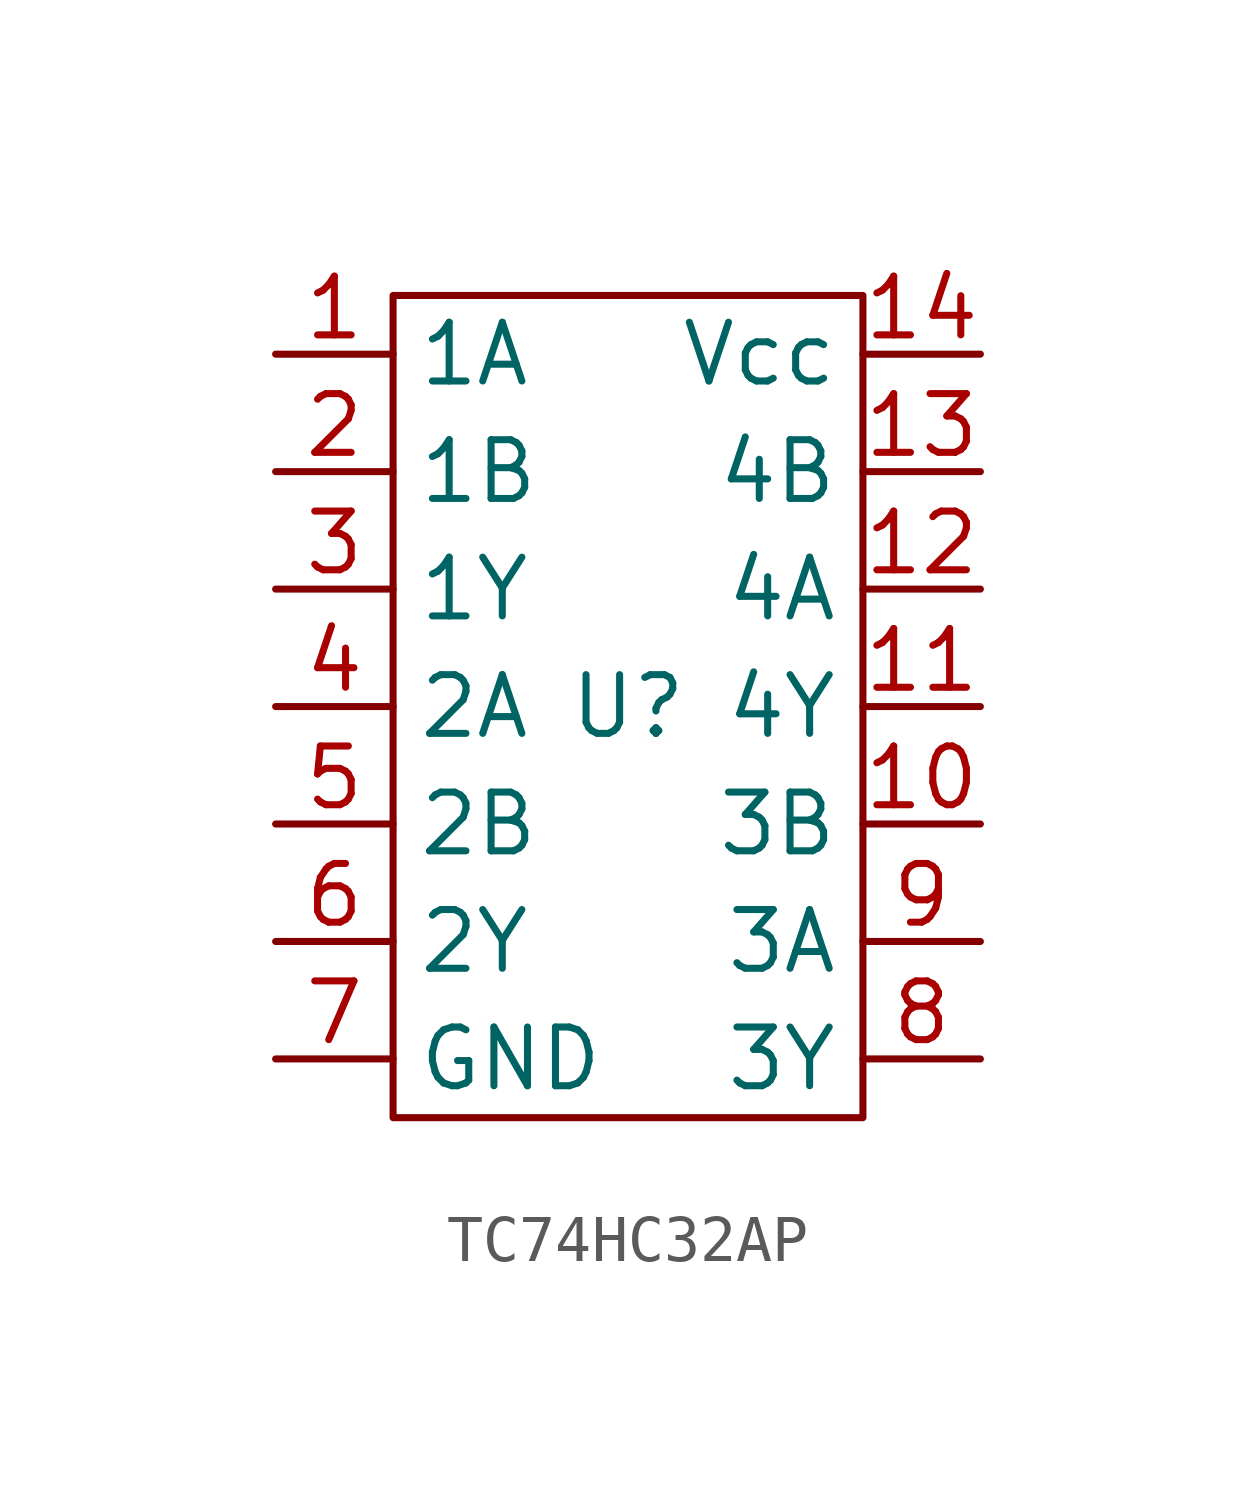
<source format=kicad_sym>
(kicad_symbol_lib
  (version 20231120)
  (generator "kicad_symbol_editor")
  (generator_version "8.0")
  (symbol "TC74HC32AP"
    (property "Reference" "U"
      (at 0 0 0)
      (effects (font (size 1.27 1.27))))
    (property "Value" ""
      (at 0 0 0)
      (effects (font (size 1.27 1.27))))
    (symbol "TC74HC32AP_1_1"
      (rectangle (start -5.08 8.89) (end 5.08 -8.89) (stroke (width 0) (type default)) (fill (type none)))
      (pin input line (at -7.62 7.62 0) (length 2.54) (name "1A" (effects (font (size 1.27 1.27)))) (number "1" (effects (font (size 1.27 1.27)))))
      (pin input line (at 7.62 -2.54 180) (length 2.54) (name "3B" (effects (font (size 1.27 1.27)))) (number "10" (effects (font (size 1.27 1.27)))))
      (pin output line (at 7.62 0 180) (length 2.54) (name "4Y" (effects (font (size 1.27 1.27)))) (number "11" (effects (font (size 1.27 1.27)))))
      (pin input line (at 7.62 2.54 180) (length 2.54) (name "4A" (effects (font (size 1.27 1.27)))) (number "12" (effects (font (size 1.27 1.27)))))
      (pin input line (at 7.62 5.08 180) (length 2.54) (name "4B" (effects (font (size 1.27 1.27)))) (number "13" (effects (font (size 1.27 1.27)))))
      (pin power_in line (at 7.62 7.62 180) (length 2.54) (name "Vcc" (effects (font (size 1.27 1.27)))) (number "14" (effects (font (size 1.27 1.27)))))
      (pin input line (at -7.62 5.08 0) (length 2.54) (name "1B" (effects (font (size 1.27 1.27)))) (number "2" (effects (font (size 1.27 1.27)))))
      (pin output line (at -7.62 2.54 0) (length 2.54) (name "1Y" (effects (font (size 1.27 1.27)))) (number "3" (effects (font (size 1.27 1.27)))))
      (pin input line (at -7.62 0 0) (length 2.54) (name "2A" (effects (font (size 1.27 1.27)))) (number "4" (effects (font (size 1.27 1.27)))))
      (pin input line (at -7.62 -2.54 0) (length 2.54) (name "2B" (effects (font (size 1.27 1.27)))) (number "5" (effects (font (size 1.27 1.27)))))
      (pin output line (at -7.62 -5.08 0) (length 2.54) (name "2Y" (effects (font (size 1.27 1.27)))) (number "6" (effects (font (size 1.27 1.27)))))
      (pin input line (at -7.62 -7.62 0) (length 2.54) (name "GND" (effects (font (size 1.27 1.27)))) (number "7" (effects (font (size 1.27 1.27)))))
      (pin output line (at 7.62 -7.62 180) (length 2.54) (name "3Y" (effects (font (size 1.27 1.27)))) (number "8" (effects (font (size 1.27 1.27)))))
      (pin input line (at 7.62 -5.08 180) (length 2.54) (name "3A" (effects (font (size 1.27 1.27)))) (number "9" (effects (font (size 1.27 1.27))))))))
</source>
